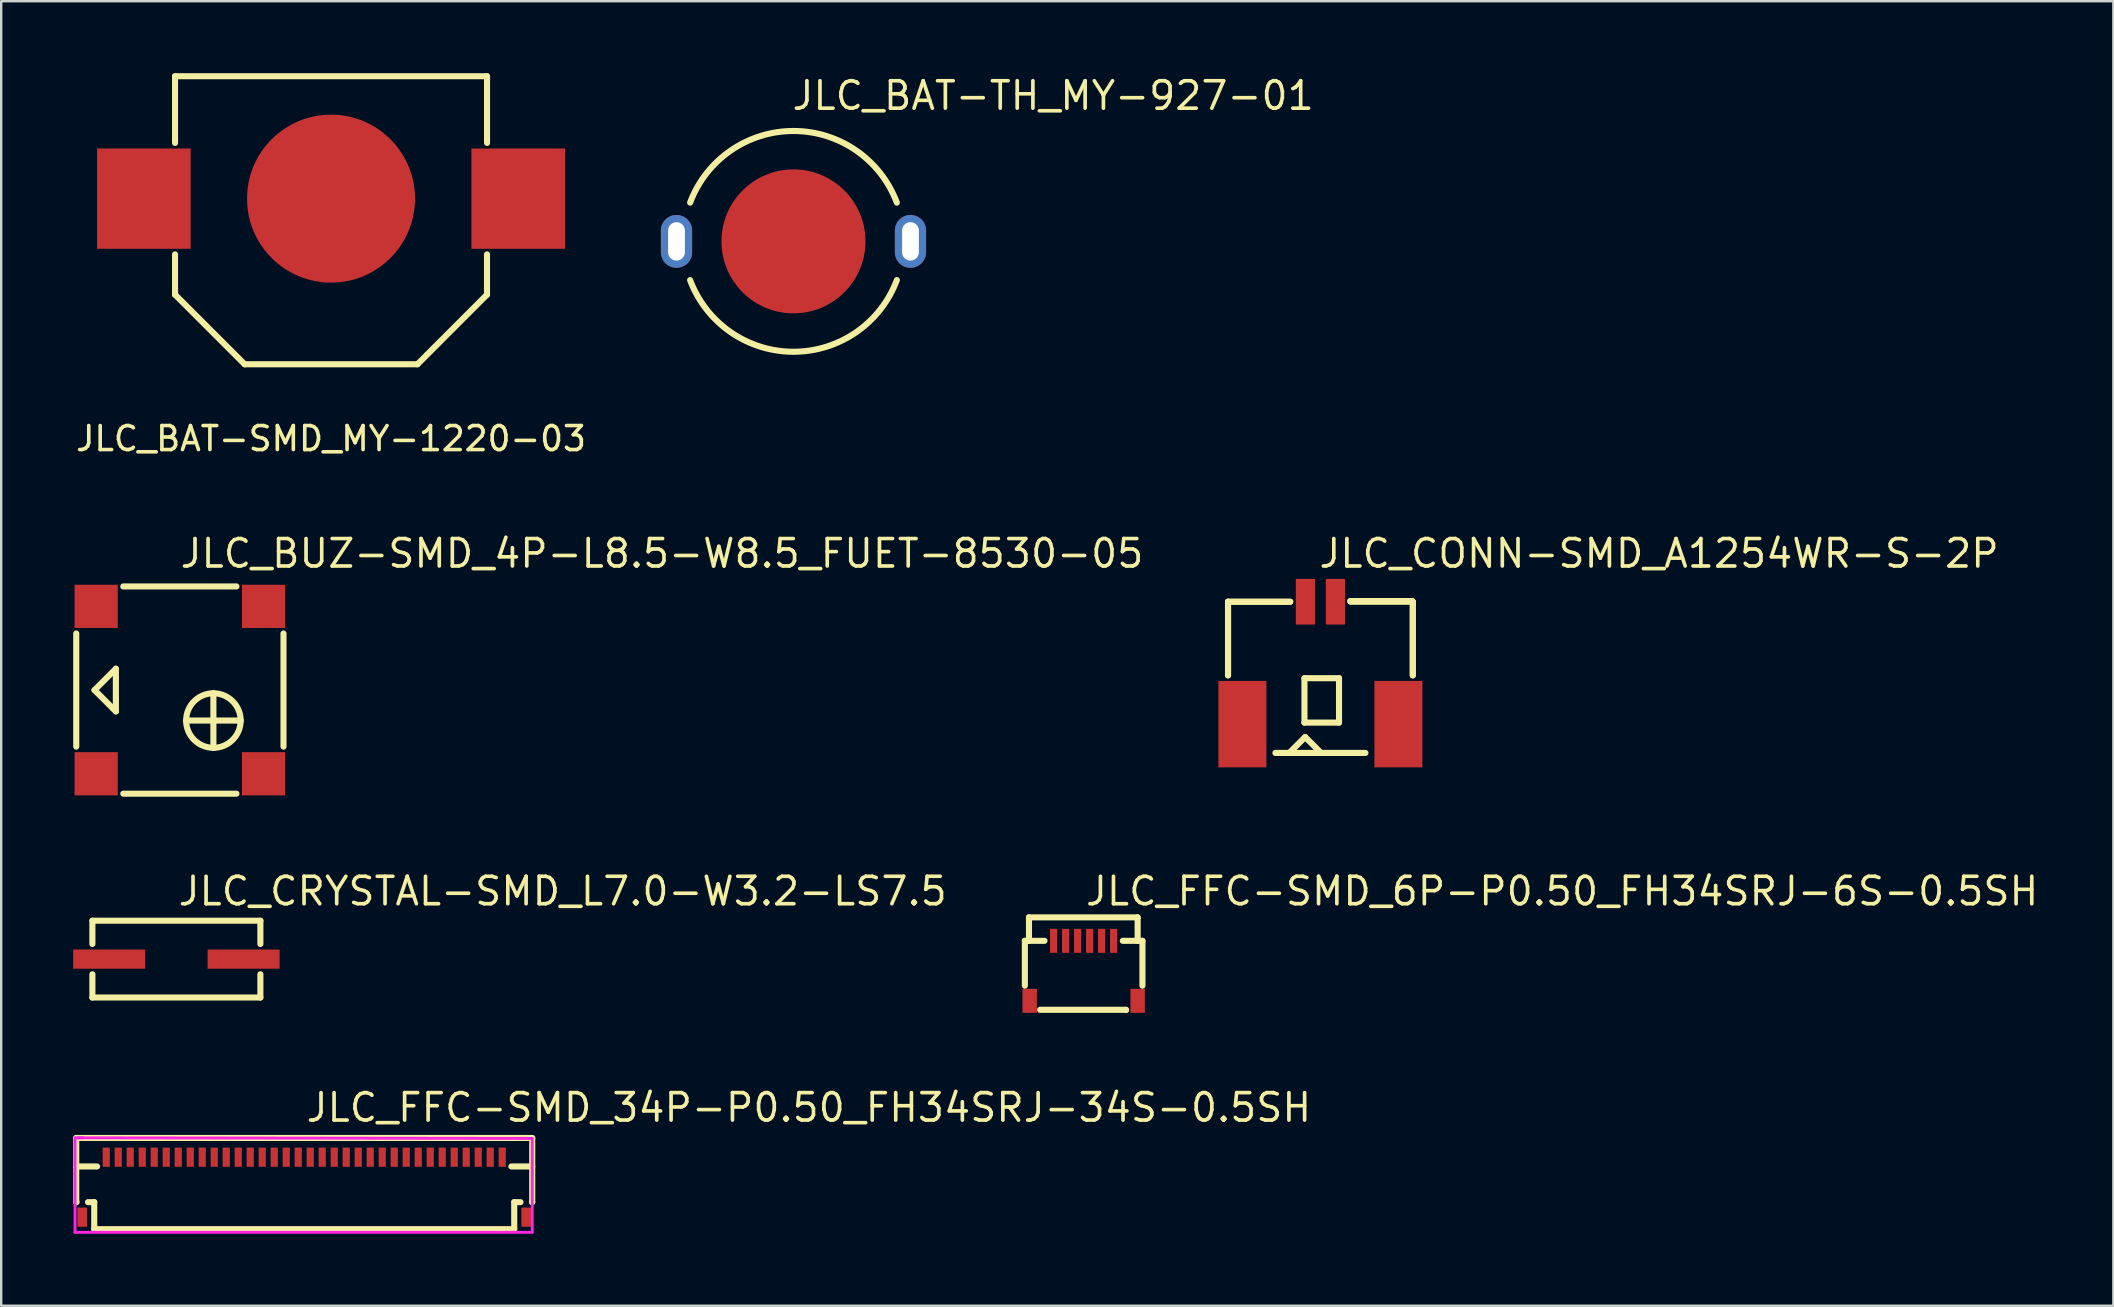
<source format=kicad_pcb>
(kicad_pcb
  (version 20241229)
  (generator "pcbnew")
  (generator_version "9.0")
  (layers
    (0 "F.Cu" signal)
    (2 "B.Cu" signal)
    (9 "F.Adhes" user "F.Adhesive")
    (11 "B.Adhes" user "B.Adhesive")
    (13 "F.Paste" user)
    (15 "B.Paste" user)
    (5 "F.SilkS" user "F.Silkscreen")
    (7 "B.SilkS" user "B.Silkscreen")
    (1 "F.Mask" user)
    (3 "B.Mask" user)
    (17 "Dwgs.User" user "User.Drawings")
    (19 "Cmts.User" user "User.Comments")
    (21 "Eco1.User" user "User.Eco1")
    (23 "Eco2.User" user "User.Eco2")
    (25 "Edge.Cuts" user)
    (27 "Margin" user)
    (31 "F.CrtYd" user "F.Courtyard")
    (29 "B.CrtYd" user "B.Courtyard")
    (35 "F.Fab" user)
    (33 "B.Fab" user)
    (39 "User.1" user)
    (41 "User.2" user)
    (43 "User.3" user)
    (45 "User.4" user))
  (footprint "JLC_CONN-SMD_A1254WR-S-2P"
    (layer "F.Cu")
    (at 51.97 24.574)
    (property "Reference" "JLC_CONN-SMD_A1254WR-S-2P" (at -0.141 -4.562 0) (layer "F.SilkS") (effects (font (size 1.143 1.143) (thickness 0.152)) (justify left)))
    (attr through_hole)
    (fp_line (start -3.85 -2.55) (end -3.85 0.518) (stroke (width 0.254) (type solid)) (layer "F.SilkS"))
    (fp_line (start -3.85 -2.55) (end -3.85 0.518) (stroke (width 0.254) (type solid)) (layer "F.SilkS"))
    (fp_line (start -1.875 3.75) (end 1.875 3.75) (stroke (width 0.254) (type solid)) (layer "F.SilkS"))
    (fp_line (start -1.26 3.711) (end -0.635 3.086) (stroke (width 0.254) (type solid)) (layer "F.SilkS"))
    (fp_line (start -1.257 -2.55) (end -3.85 -2.55) (stroke (width 0.254) (type solid)) (layer "F.SilkS"))
    (fp_line (start -1.257 -2.55) (end -3.85 -2.55) (stroke (width 0.254) (type solid)) (layer "F.SilkS"))
    (fp_line (start -0.665 0.635) (end 0.775 0.635) (stroke (width 0.254) (type solid)) (layer "F.SilkS"))
    (fp_line (start -0.665 2.486) (end -0.665 0.635) (stroke (width 0.254) (type solid)) (layer "F.SilkS"))
    (fp_line (start -0.635 3.086) (end -0.011 3.711) (stroke (width 0.254) (type solid)) (layer "F.SilkS"))
    (fp_line (start 0.775 0.635) (end 0.775 2.486) (stroke (width 0.254) (type solid)) (layer "F.SilkS"))
    (fp_line (start 0.775 2.486) (end -0.665 2.486) (stroke (width 0.254) (type solid)) (layer "F.SilkS"))
    (fp_line (start 3.83 -2.58) (end 1.237 -2.58) (stroke (width 0.254) (type solid)) (layer "F.SilkS"))
    (fp_line (start 3.849 -2.55) (end 1.256 -2.55) (stroke (width 0.254) (type solid)) (layer "F.SilkS"))
    (fp_line (start 3.849 -2.55) (end 3.849 0.518) (stroke (width 0.254) (type solid)) (layer "F.SilkS"))
    (fp_line (start 3.849 -2.55) (end 3.849 0.518) (stroke (width 0.254) (type solid)) (layer "F.SilkS"))
    (pad "1" smd rect (at -0.625 -2.55) (size 0.8 1.9) (layers "F.Cu" "F.Mask" "F.Paste"))
    (pad "2" smd rect (at 0.625 -2.55) (size 0.8 1.9) (layers "F.Cu" "F.Mask" "F.Paste"))
    (pad "3" smd rect (at -3.25 2.55) (size 2 3.6) (layers "F.Cu" "F.Mask" "F.Paste"))
    (pad "4" smd rect (at 3.25 2.55) (size 2 3.6) (layers "F.Cu" "F.Mask" "F.Paste")))
  (footprint "JLC_BAT-TH_MY-927-01"
    (layer "F.Cu")
    (at 30.013 7.008)
    (property "Reference" "JLC_BAT-TH_MY-927-01" (at -0.139 -6.072 0) (layer "F.SilkS") (effects (font (size 1.143 1.143) (thickness 0.152)) (justify left)))
    (attr through_hole)
    (fp_arc (start -4.307053 -1.615211) (mid 0.000075 -4.6001) (end 4.307204 -1.615212) (stroke (width 0.254) (type solid)) (layer "F.SilkS"))
    (fp_arc (start 4.307205 1.614348) (mid 0.000076 4.599236) (end -4.307053 1.614348) (stroke (width 0.254) (type solid)) (layer "F.SilkS"))
    (pad "1" thru_hole oval (at -4.875 0.000381) (size 1.3 2.2) (drill oval 0.7 1.6) (layers "*.Cu" "*.Mask"))
    (pad "1" thru_hole oval (at 4.875 -0.000381) (size 1.3 2.2) (drill oval 0.7 1.6) (layers "*.Cu" "*.Mask"))
    (pad "2" smd circle (at 0 -0.000381) (size 6 6) (layers "F.Cu" "F.Mask" "F.Paste")))
  (footprint "JLC_FFC-SMD_6P-P0.50_FH34SRJ-6S-0.5SH"
    (layer "F.Cu")
    (at 42.104 37.403)
    (property "Reference" "JLC_FFC-SMD_6P-P0.50_FH34SRJ-6S-0.5SH" (at 0 -3.318 0) (layer "F.SilkS") (effects (font (size 1.143 1.143) (thickness 0.152)) (justify left)))
    (attr through_hole)
    (fp_line (start -2.45 -1.25) (end -1.631 -1.25) (stroke (width 0.254) (type solid)) (layer "F.SilkS"))
    (fp_line (start -2.45 0.619) (end -2.45 -1.25) (stroke (width 0.254) (type solid)) (layer "F.SilkS"))
    (fp_line (start -2.278 -2.228) (end 2.25 -2.228) (stroke (width 0.254) (type solid)) (layer "F.SilkS"))
    (fp_line (start -2.278 -1.25) (end -2.278 -2.228) (stroke (width 0.254) (type solid)) (layer "F.SilkS"))
    (fp_line (start -1.814 1.624) (end 1.761 1.624) (stroke (width 0.254) (type solid)) (layer "F.SilkS"))
    (fp_line (start 1.631 -1.25) (end 2.45 -1.25) (stroke (width 0.254) (type solid)) (layer "F.SilkS"))
    (fp_line (start 1.761 1.624) (end 1.77 1.633) (stroke (width 0.254) (type solid)) (layer "F.SilkS"))
    (fp_line (start 2.25 -2.228) (end 2.25 -1.25) (stroke (width 0.254) (type solid)) (layer "F.SilkS"))
    (fp_line (start 2.45 0.619) (end 2.45 -1.25) (stroke (width 0.254) (type solid)) (layer "F.SilkS"))
    (pad "1" smd rect (at 1.25 -1.25 90) (size 1 0.3) (layers "F.Cu" "F.Mask" "F.Paste"))
    (pad "2" smd rect (at 0.75 -1.25 90) (size 1 0.3) (layers "F.Cu" "F.Mask" "F.Paste"))
    (pad "3" smd rect (at 0.25 -1.25 90) (size 1 0.3) (layers "F.Cu" "F.Mask" "F.Paste"))
    (pad "4" smd rect (at -0.25 -1.25 90) (size 1 0.3) (layers "F.Cu" "F.Mask" "F.Paste"))
    (pad "5" smd rect (at -0.75 -1.25 90) (size 1 0.3) (layers "F.Cu" "F.Mask" "F.Paste"))
    (pad "6" smd rect (at -1.25 -1.25 90) (size 1 0.3) (layers "F.Cu" "F.Mask" "F.Paste"))
    (pad "7" smd rect (at -2.25 1.25 90) (size 1 0.6) (layers "F.Cu" "F.Mask" "F.Paste"))
    (pad "8" smd rect (at 2.25 1.25 90) (size 1 0.6) (layers "F.Cu" "F.Mask" "F.Paste")))
  (footprint "JLC_FFC-SMD_34P-P0.50_FH34SRJ-34S-0.5SH"
    (layer "F.Cu")
    (at 9.627 46.418)
    (property "Reference" "JLC_FFC-SMD_34P-P0.50_FH34SRJ-34S-0.5SH" (at 0 -3.318 0) (layer "F.SilkS") (effects (font (size 1.143 1.143) (thickness 0.152)) (justify left)))
    (attr through_hole)
    (fp_line (start -9.5 0.624) (end -9.5 -2.05) (stroke (width 0.254) (type solid)) (layer "F.SilkS"))
    (fp_line (start -9.5 0.624) (end -9.489 0.624) (stroke (width 0.254) (type solid)) (layer "F.SilkS"))
    (fp_line (start -9.011 0.624) (end -8.75 0.624) (stroke (width 0.254) (type solid)) (layer "F.SilkS"))
    (fp_line (start -8.75 0.624) (end -8.75 1.75) (stroke (width 0.254) (type solid)) (layer "F.SilkS"))
    (fp_line (start -8.75 1.75) (end 8.75 1.75) (stroke (width 0.254) (type solid)) (layer "F.SilkS"))
    (fp_line (start -8.631 -0.863) (end -9.5 -0.863) (stroke (width 0.254) (type solid)) (layer "F.SilkS"))
    (fp_line (start 8.75 0.624) (end 8.75 1.75) (stroke (width 0.254) (type solid)) (layer "F.SilkS"))
    (fp_line (start 9.011 0.624) (end 8.75 0.624) (stroke (width 0.254) (type solid)) (layer "F.SilkS"))
    (fp_line (start 9.5 -2.05) (end -9.5 -2.05) (stroke (width 0.254) (type solid)) (layer "F.SilkS"))
    (fp_line (start 9.5 -0.863) (end 8.631 -0.863) (stroke (width 0.254) (type solid)) (layer "F.SilkS"))
    (fp_line (start 9.5 0.624) (end 9.489 0.624) (stroke (width 0.254) (type solid)) (layer "F.SilkS"))
    (fp_line (start 9.5 0.624) (end 9.5 -2.05) (stroke (width 0.254) (type solid)) (layer "F.SilkS"))
    (fp_line (start -9.55 1.88) (end -9.55 -2.057) (stroke (width 0.12) (type solid)) (layer "F.CrtYd"))
    (fp_line (start -9.525 -2.057) (end -9.22 -2.057) (stroke (width 0.12) (type solid)) (layer "F.CrtYd"))
    (fp_line (start -9.423 -2.057) (end 9.5 -2.032) (stroke (width 0.12) (type solid)) (layer "F.CrtYd"))
    (fp_line (start 9.5 -2.032) (end 9.5 1.88) (stroke (width 0.12) (type solid)) (layer "F.CrtYd"))
    (fp_line (start 9.5 1.88) (end -9.55 1.88) (stroke (width 0.12) (type solid)) (layer "F.CrtYd"))
    (pad "1" smd rect (at -8.25 -1.25 90) (size 0.8 0.3) (layers "F.Cu" "F.Mask" "F.Paste"))
    (pad "2" smd rect (at -7.75 -1.25 90) (size 0.8 0.3) (layers "F.Cu" "F.Mask" "F.Paste"))
    (pad "3" smd rect (at -7.25 -1.25 90) (size 0.8 0.3) (layers "F.Cu" "F.Mask" "F.Paste"))
    (pad "4" smd rect (at -6.75 -1.25 90) (size 0.8 0.3) (layers "F.Cu" "F.Mask" "F.Paste"))
    (pad "5" smd rect (at -6.25 -1.25 90) (size 0.8 0.3) (layers "F.Cu" "F.Mask" "F.Paste"))
    (pad "6" smd rect (at -5.75 -1.25 90) (size 0.8 0.3) (layers "F.Cu" "F.Mask" "F.Paste"))
    (pad "7" smd rect (at -5.25 -1.25 90) (size 0.8 0.3) (layers "F.Cu" "F.Mask" "F.Paste"))
    (pad "8" smd rect (at -4.75 -1.25 90) (size 0.8 0.3) (layers "F.Cu" "F.Mask" "F.Paste"))
    (pad "9" smd rect (at -4.25 -1.25 90) (size 0.8 0.3) (layers "F.Cu" "F.Mask" "F.Paste"))
    (pad "10" smd rect (at -3.75 -1.25 90) (size 0.8 0.3) (layers "F.Cu" "F.Mask" "F.Paste"))
    (pad "11" smd rect (at -3.25 -1.25 90) (size 0.8 0.3) (layers "F.Cu" "F.Mask" "F.Paste"))
    (pad "12" smd rect (at -2.75 -1.25 90) (size 0.8 0.3) (layers "F.Cu" "F.Mask" "F.Paste"))
    (pad "13" smd rect (at -2.25 -1.25 90) (size 0.8 0.3) (layers "F.Cu" "F.Mask" "F.Paste"))
    (pad "14" smd rect (at -1.75 -1.25 90) (size 0.8 0.3) (layers "F.Cu" "F.Mask" "F.Paste"))
    (pad "15" smd rect (at -1.25 -1.25 90) (size 0.8 0.3) (layers "F.Cu" "F.Mask" "F.Paste"))
    (pad "16" smd rect (at -0.75 -1.25 90) (size 0.8 0.3) (layers "F.Cu" "F.Mask" "F.Paste"))
    (pad "17" smd rect (at -0.25 -1.25 90) (size 0.8 0.3) (layers "F.Cu" "F.Mask" "F.Paste"))
    (pad "18" smd rect (at 0.25 -1.25 90) (size 0.8 0.3) (layers "F.Cu" "F.Mask" "F.Paste"))
    (pad "19" smd rect (at 0.75 -1.25 90) (size 0.8 0.3) (layers "F.Cu" "F.Mask" "F.Paste"))
    (pad "20" smd rect (at 1.25 -1.25 90) (size 0.8 0.3) (layers "F.Cu" "F.Mask" "F.Paste"))
    (pad "21" smd rect (at 1.75 -1.25 90) (size 0.8 0.3) (layers "F.Cu" "F.Mask" "F.Paste"))
    (pad "22" smd rect (at 2.25 -1.25 90) (size 0.8 0.3) (layers "F.Cu" "F.Mask" "F.Paste"))
    (pad "23" smd rect (at 2.75 -1.25 90) (size 0.8 0.3) (layers "F.Cu" "F.Mask" "F.Paste"))
    (pad "24" smd rect (at 3.25 -1.25 90) (size 0.8 0.3) (layers "F.Cu" "F.Mask" "F.Paste"))
    (pad "25" smd rect (at 3.75 -1.25 90) (size 0.8 0.3) (layers "F.Cu" "F.Mask" "F.Paste"))
    (pad "26" smd rect (at 4.25 -1.25 90) (size 0.8 0.3) (layers "F.Cu" "F.Mask" "F.Paste"))
    (pad "27" smd rect (at 4.75 -1.25 90) (size 0.8 0.3) (layers "F.Cu" "F.Mask" "F.Paste"))
    (pad "28" smd rect (at 5.25 -1.25 90) (size 0.8 0.3) (layers "F.Cu" "F.Mask" "F.Paste"))
    (pad "29" smd rect (at 5.75 -1.25 90) (size 0.8 0.3) (layers "F.Cu" "F.Mask" "F.Paste"))
    (pad "30" smd rect (at 6.25 -1.25 90) (size 0.8 0.3) (layers "F.Cu" "F.Mask" "F.Paste"))
    (pad "31" smd rect (at 6.75 -1.25 90) (size 0.8 0.3) (layers "F.Cu" "F.Mask" "F.Paste"))
    (pad "32" smd rect (at 7.25 -1.25 90) (size 0.8 0.3) (layers "F.Cu" "F.Mask" "F.Paste"))
    (pad "33" smd rect (at 7.75 -1.25 90) (size 0.8 0.3) (layers "F.Cu" "F.Mask" "F.Paste"))
    (pad "34" smd rect (at 8.25 -1.25 90) (size 0.8 0.3) (layers "F.Cu" "F.Mask" "F.Paste"))
    (pad "35" smd rect (at -9.25 1.25 90) (size 0.8 0.4) (layers "F.Cu" "F.Mask" "F.Paste"))
    (pad "36" smd rect (at 9.25 1.25 90) (size 0.8 0.4) (layers "F.Cu" "F.Mask" "F.Paste")))
  (footprint "JLC_BAT-SMD_MY-1220-03"
    (layer "F.Cu")
    (at 10.744 5.227)
    (property "Reference" "JLC_BAT-SMD_MY-1220-03" (at 0 10 0) (layer "F.SilkS") (effects (font (size 1 1) (thickness 0.15))))
    (attr through_hole)
    (fp_line (start -6.5 4) (end -6.5 2.322) (stroke (width 0.254) (type solid)) (layer "F.SilkS"))
    (fp_line (start -6.5 -5.1) (end 6.5 -5.1) (stroke (width 0.254) (type solid)) (layer "F.SilkS"))
    (fp_line (start -6.5 -2.321) (end -6.5 -5.1) (stroke (width 0.254) (type solid)) (layer "F.SilkS"))
    (fp_line (start -3.6 6.901) (end -6.5 4) (stroke (width 0.254) (type solid)) (layer "F.SilkS"))
    (fp_line (start 3.601 6.901) (end -3.6 6.901) (stroke (width 0.254) (type solid)) (layer "F.SilkS"))
    (fp_line (start 6.499 2.322) (end 6.499 4) (stroke (width 0.254) (type solid)) (layer "F.SilkS"))
    (fp_line (start 6.499 4) (end 3.601 6.901) (stroke (width 0.254) (type solid)) (layer "F.SilkS"))
    (fp_line (start 6.5 -5.1) (end 6.5 -2.321) (stroke (width 0.254) (type solid)) (layer "F.SilkS"))
    (pad "1" smd rect (at -7.8 0) (size 3.9 4.18) (layers "F.Cu" "F.Mask" "F.Paste"))
    (pad "1" smd rect (at 7.8 0) (size 3.9 4.18) (layers "F.Cu" "F.Mask" "F.Paste"))
    (pad "2" smd circle (at -0.000127 0) (size 7 7) (layers "F.Cu" "F.Mask" "F.Paste")))
  (footprint "JLC_CRYSTAL-SMD_L7.0-W3.2-LS7.5"
    (layer "F.Cu")
    (at 4.3 36.915)
    (property "Reference" "JLC_CRYSTAL-SMD_L7.0-W3.2-LS7.5" (at -0.006 -2.83 0) (layer "F.SilkS") (effects (font (size 1.143 1.143) (thickness 0.152)) (justify left)))
    (attr through_hole)
    (fp_line (start -3.5 -1.6) (end -3.5 -0.631) (stroke (width 0.254) (type solid)) (layer "F.SilkS"))
    (fp_line (start -3.5 -1.6) (end 3.5 -1.6) (stroke (width 0.254) (type solid)) (layer "F.SilkS"))
    (fp_line (start -3.5 0.631) (end -3.5 1.6) (stroke (width 0.254) (type solid)) (layer "F.SilkS"))
    (fp_line (start -3.5 1.6) (end 3.5 1.6) (stroke (width 0.254) (type solid)) (layer "F.SilkS"))
    (fp_line (start 3.5 -1.6) (end 3.5 -0.631) (stroke (width 0.254) (type solid)) (layer "F.SilkS"))
    (fp_line (start 3.5 0.631) (end 3.5 1.6) (stroke (width 0.254) (type solid)) (layer "F.SilkS"))
    (pad "1" smd rect (at -2.8 0 90) (size 0.8 3) (layers "F.Cu" "F.Mask" "F.Paste"))
    (pad "2" smd rect (at 2.8 0 90) (size 0.8 3) (layers "F.Cu" "F.Mask" "F.Paste")))
  (footprint "JLC_BUZ-SMD_4P-L8.5-W8.5_FUET-8530-05"
    (layer "F.Cu")
    (at 4.445 25.704)
    (property "Reference" "JLC_BUZ-SMD_4P-L8.5-W8.5_FUET-8530-05" (at -0.068 -5.692 0) (layer "F.SilkS") (effects (font (size 1.143 1.143) (thickness 0.152)) (justify left)))
    (attr through_hole)
    (fp_line (start -4.318 -2.357) (end -4.318 2.357) (stroke (width 0.254) (type solid)) (layer "F.SilkS"))
    (fp_line (start -3.556 0) (end -2.667 -0.889) (stroke (width 0.254) (type solid)) (layer "F.SilkS"))
    (fp_line (start -2.794 0.762) (end -3.556 0) (stroke (width 0.254) (type solid)) (layer "F.SilkS"))
    (fp_line (start -2.667 -0.889) (end -2.667 0.889) (stroke (width 0.254) (type solid)) (layer "F.SilkS"))
    (fp_line (start -2.667 0.889) (end -2.794 0.762) (stroke (width 0.254) (type solid)) (layer "F.SilkS"))
    (fp_line (start -2.357 4.318) (end 2.357 4.318) (stroke (width 0.254) (type solid)) (layer "F.SilkS"))
    (fp_line (start 0.254 1.27) (end 2.54 1.27) (stroke (width 0.254) (type solid)) (layer "F.SilkS"))
    (fp_line (start 1.397 0.127) (end 1.397 2.413) (stroke (width 0.254) (type solid)) (layer "F.SilkS"))
    (fp_line (start 2.357 -4.318) (end -2.357 -4.318) (stroke (width 0.254) (type solid)) (layer "F.SilkS"))
    (fp_line (start 4.318 2.357) (end 4.318 -2.357) (stroke (width 0.254) (type solid)) (layer "F.SilkS"))
    (fp_circle (center 1.397 1.27) (end 1.397 2.406) (stroke (width 0.254) (type solid)) (fill no) (layer "F.SilkS"))
    (pad "1" smd rect (at 3.488 3.488) (size 1.8 1.8) (layers "F.Cu" "F.Mask" "F.Paste"))
    (pad "2" smd rect (at 3.488 -3.488) (size 1.8 1.8) (layers "F.Cu" "F.Mask" "F.Paste"))
    (pad "3" smd rect (at -3.488 -3.488) (size 1.8 1.8) (layers "F.Cu" "F.Mask" "F.Paste"))
    (pad "4" smd rect (at -3.488 3.488) (size 1.8 1.8) (layers "F.Cu" "F.Mask" "F.Paste")))
  (gr_rect
    (start -3 -3)
    (end 85.011 51.358)
    (stroke (width 0.1) (type default))
    (fill no)
    (layer "Edge.Cuts")))
</source>
